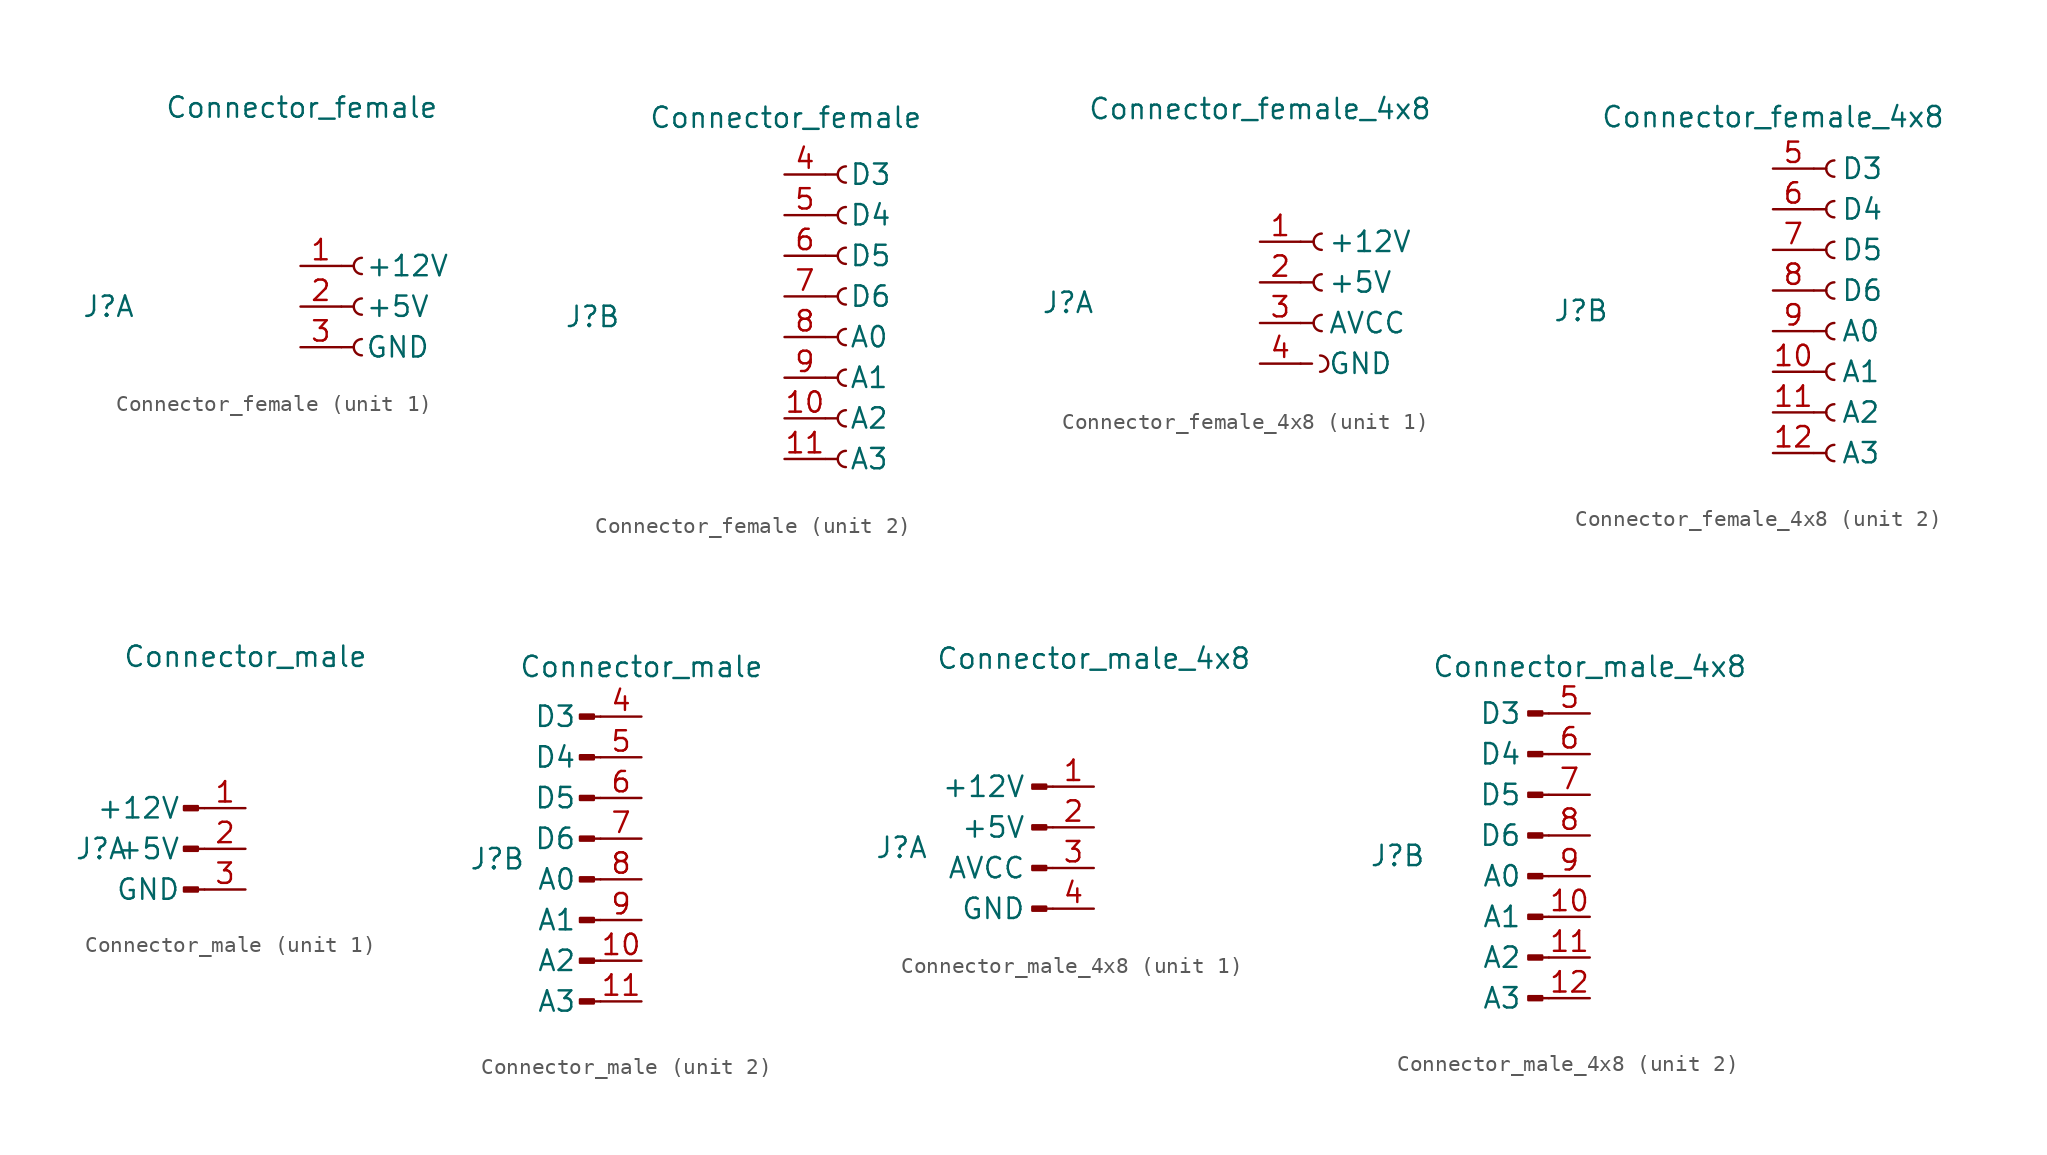
<source format=kicad_sym>
(kicad_symbol_lib
  (version 20211014)
  (generator kicad_symbol_editor)
  (symbol "Connector_female"
    (pin_names
      (offset 1.5))
    (property "Reference" "J"
      (at -12 0 0)
      (effects (font (size 1.27 1.27))))
    (property "Value" "Connector_female"
      (at 0.076 12.446 0)
      (effects (font (size 1.27 1.27))))
    (symbol "Connector_female_1_1"
      (polyline (pts (xy 2.565 -2.54) (xy 3.327 -2.54)) (stroke (width 0.152) (type default) (color 0 0 0 0)) (fill (type none)))
      (polyline (pts (xy 2.565 0) (xy 3.327 0)) (stroke (width 0.152) (type default) (color 0 0 0 0)) (fill (type none)))
      (polyline (pts (xy 2.565 2.54) (xy 3.327 2.54)) (stroke (width 0.152) (type default) (color 0 0 0 0)) (fill (type none)))
      (arc (start 3.8354 -2.032) (mid 3.327 -2.54) (end 3.8354 -3.048) (stroke (width 0.1524) (type default) (color 0 0 0 0)) (fill (type none)))
      (arc (start 3.8354 0.508) (mid 3.327 0) (end 3.8354 -0.508) (stroke (width 0.1524) (type default) (color 0 0 0 0)) (fill (type none)))
      (arc (start 3.8354 3.048) (mid 3.327 2.54) (end 3.8354 2.032) (stroke (width 0.1524) (type default) (color 0 0 0 0)) (fill (type none)))
      (pin power_out line (at 0 2.54 0) (length 2.54) (name "+12V" (effects (font (size 1.27 1.27)))) (number "1" (effects (font (size 1.27 1.27)))))
      (pin power_out line (at 0 0 0) (length 2.54) (name "+5V" (effects (font (size 1.27 1.27)))) (number "2" (effects (font (size 1.27 1.27)))))
      (pin power_out line (at 0 -2.54 0) (length 2.54) (name "GND" (effects (font (size 1.27 1.27)))) (number "3" (effects (font (size 1.27 1.27))))))
    (symbol "Connector_female_2_1"
      (polyline (pts (xy 2.565 -8.89) (xy 3.327 -8.89)) (stroke (width 0.152) (type default) (color 0 0 0 0)) (fill (type none)))
      (polyline (pts (xy 2.565 -6.35) (xy 3.327 -6.35)) (stroke (width 0.152) (type default) (color 0 0 0 0)) (fill (type none)))
      (polyline (pts (xy 2.565 -3.81) (xy 3.327 -3.81)) (stroke (width 0.152) (type default) (color 0 0 0 0)) (fill (type none)))
      (polyline (pts (xy 2.565 -1.27) (xy 3.327 -1.27)) (stroke (width 0.152) (type default) (color 0 0 0 0)) (fill (type none)))
      (polyline (pts (xy 2.565 1.27) (xy 3.327 1.27)) (stroke (width 0.152) (type default) (color 0 0 0 0)) (fill (type none)))
      (polyline (pts (xy 2.565 3.81) (xy 3.327 3.81)) (stroke (width 0.152) (type default) (color 0 0 0 0)) (fill (type none)))
      (polyline (pts (xy 2.565 6.35) (xy 3.327 6.35)) (stroke (width 0.152) (type default) (color 0 0 0 0)) (fill (type none)))
      (polyline (pts (xy 2.565 8.89) (xy 3.327 8.89)) (stroke (width 0.152) (type default) (color 0 0 0 0)) (fill (type none)))
      (arc (start 3.8354 -8.382) (mid 3.327 -8.89) (end 3.8354 -9.398) (stroke (width 0.1524) (type default) (color 0 0 0 0)) (fill (type none)))
      (arc (start 3.8354 -5.842) (mid 3.327 -6.35) (end 3.8354 -6.858) (stroke (width 0.1524) (type default) (color 0 0 0 0)) (fill (type none)))
      (arc (start 3.8354 -3.302) (mid 3.327 -3.81) (end 3.8354 -4.318) (stroke (width 0.1524) (type default) (color 0 0 0 0)) (fill (type none)))
      (arc (start 3.8354 -0.762) (mid 3.327 -1.27) (end 3.8354 -1.778) (stroke (width 0.1524) (type default) (color 0 0 0 0)) (fill (type none)))
      (arc (start 3.8354 1.778) (mid 3.3274 1.27) (end 3.8354 0.762) (stroke (width 0.1524) (type default) (color 0 0 0 0)) (fill (type none)))
      (arc (start 3.8354 4.318) (mid 3.327 3.81) (end 3.8354 3.302) (stroke (width 0.1524) (type default) (color 0 0 0 0)) (fill (type none)))
      (arc (start 3.8354 6.858) (mid 3.327 6.35) (end 3.8354 5.842) (stroke (width 0.1524) (type default) (color 0 0 0 0)) (fill (type none)))
      (arc (start 3.8354 9.398) (mid 3.327 8.89) (end 3.8354 8.382) (stroke (width 0.1524) (type default) (color 0 0 0 0)) (fill (type none)))
      (pin passive line (at 0 -6.35 0) (length 2.54) (name "A2" (effects (font (size 1.27 1.27)))) (number "10" (effects (font (size 1.27 1.27)))))
      (pin passive line (at 0 -8.89 0) (length 2.54) (name "A3" (effects (font (size 1.27 1.27)))) (number "11" (effects (font (size 1.27 1.27)))))
      (pin passive line (at 0 8.89 0) (length 2.54) (name "D3" (effects (font (size 1.27 1.27)))) (number "4" (effects (font (size 1.27 1.27)))))
      (pin passive line (at 0 6.35 0) (length 2.54) (name "D4" (effects (font (size 1.27 1.27)))) (number "5" (effects (font (size 1.27 1.27)))))
      (pin passive line (at 0 3.81 0) (length 2.54) (name "D5" (effects (font (size 1.27 1.27)))) (number "6" (effects (font (size 1.27 1.27)))))
      (pin passive line (at 0 1.27 0) (length 2.54) (name "D6" (effects (font (size 1.27 1.27)))) (number "7" (effects (font (size 1.27 1.27)))))
      (pin passive line (at 0 -1.27 0) (length 2.54) (name "A0" (effects (font (size 1.27 1.27)))) (number "8" (effects (font (size 1.27 1.27)))))
      (pin passive line (at 0 -3.81 0) (length 2.54) (name "A1" (effects (font (size 1.27 1.27)))) (number "9" (effects (font (size 1.27 1.27)))))))
  (symbol "Connector_female_4x8"
    (pin_names
      (offset 1.7))
    (property "Reference" "J"
      (at -12 0 0)
      (effects (font (size 1.27 1.27))))
    (property "Value" "Connector_female_4x8"
      (at 0 12.116 0)
      (effects (font (size 1.27 1.27))))
    (symbol "Connector_female_4x8_1_1"
      (polyline (pts (xy 2.54 -3.81) (xy 3.251 -3.81)) (stroke (width 0.152) (type default) (color 0 0 0 0)) (fill (type none)))
      (polyline (pts (xy 2.54 -1.27) (xy 3.353 -1.27)) (stroke (width 0.152) (type default) (color 0 0 0 0)) (fill (type none)))
      (polyline (pts (xy 2.54 1.27) (xy 3.353 1.27)) (stroke (width 0.152) (type default) (color 0 0 0 0)) (fill (type none)))
      (polyline (pts (xy 2.54 3.81) (xy 3.353 3.81)) (stroke (width 0.152) (type default) (color 0 0 0 0)) (fill (type none)))
      (arc (start 3.7584 -4.318) (mid 4.2672 -3.81) (end 3.7584 -3.302) (stroke (width 0.1524) (type default) (color 0 0 0 0)) (fill (type none)))
      (arc (start 3.8612 -0.762) (mid 3.3528 -1.27) (end 3.8612 -1.778) (stroke (width 0.1524) (type default) (color 0 0 0 0)) (fill (type none)))
      (arc (start 3.8612 1.778) (mid 3.3528 1.27) (end 3.8612 0.762) (stroke (width 0.1524) (type default) (color 0 0 0 0)) (fill (type none)))
      (arc (start 3.8612 4.318) (mid 3.3528 3.81) (end 3.8612 3.302) (stroke (width 0.1524) (type default) (color 0 0 0 0)) (fill (type none)))
      (pin power_out line (at 0 3.81 0) (length 2.54) (name "+12V" (effects (font (size 1.27 1.27)))) (number "1" (effects (font (size 1.27 1.27)))))
      (pin power_out line (at 0 1.27 0) (length 2.54) (name "+5V" (effects (font (size 1.27 1.27)))) (number "2" (effects (font (size 1.27 1.27)))))
      (pin power_out line (at 0 -1.27 0) (length 2.54) (name "AVCC" (effects (font (size 1.27 1.27)))) (number "3" (effects (font (size 1.27 1.27)))))
      (pin power_out line (at 0 -3.81 0) (length 2.54) (name "GND" (effects (font (size 1.27 1.27)))) (number "4" (effects (font (size 1.27 1.27))))))
    (symbol "Connector_female_4x8_2_1"
      (polyline (pts (xy 2.565 -8.89) (xy 3.327 -8.89)) (stroke (width 0.152) (type default) (color 0 0 0 0)) (fill (type none)))
      (polyline (pts (xy 2.565 -6.35) (xy 3.327 -6.35)) (stroke (width 0.152) (type default) (color 0 0 0 0)) (fill (type none)))
      (polyline (pts (xy 2.565 -3.81) (xy 3.327 -3.81)) (stroke (width 0.152) (type default) (color 0 0 0 0)) (fill (type none)))
      (polyline (pts (xy 2.565 -1.27) (xy 3.327 -1.27)) (stroke (width 0.152) (type default) (color 0 0 0 0)) (fill (type none)))
      (polyline (pts (xy 2.565 1.27) (xy 3.327 1.27)) (stroke (width 0.152) (type default) (color 0 0 0 0)) (fill (type none)))
      (polyline (pts (xy 2.565 3.81) (xy 3.327 3.81)) (stroke (width 0.152) (type default) (color 0 0 0 0)) (fill (type none)))
      (polyline (pts (xy 2.565 6.35) (xy 3.327 6.35)) (stroke (width 0.152) (type default) (color 0 0 0 0)) (fill (type none)))
      (polyline (pts (xy 2.565 8.89) (xy 3.327 8.89)) (stroke (width 0.152) (type default) (color 0 0 0 0)) (fill (type none)))
      (arc (start 3.8358 -8.382) (mid 3.3274 -8.89) (end 3.8358 -9.398) (stroke (width 0.1524) (type default) (color 0 0 0 0)) (fill (type none)))
      (arc (start 3.8358 -5.842) (mid 3.3274 -6.35) (end 3.8358 -6.858) (stroke (width 0.1524) (type default) (color 0 0 0 0)) (fill (type none)))
      (arc (start 3.8358 -3.302) (mid 3.3274 -3.81) (end 3.8358 -4.318) (stroke (width 0.1524) (type default) (color 0 0 0 0)) (fill (type none)))
      (arc (start 3.8358 -0.762) (mid 3.3274 -1.27) (end 3.8358 -1.778) (stroke (width 0.1524) (type default) (color 0 0 0 0)) (fill (type none)))
      (arc (start 3.8358 1.778) (mid 3.3274 1.27) (end 3.8358 0.762) (stroke (width 0.1524) (type default) (color 0 0 0 0)) (fill (type none)))
      (arc (start 3.8358 4.318) (mid 3.3274 3.81) (end 3.8358 3.302) (stroke (width 0.1524) (type default) (color 0 0 0 0)) (fill (type none)))
      (arc (start 3.8358 6.858) (mid 3.3274 6.35) (end 3.8358 5.842) (stroke (width 0.1524) (type default) (color 0 0 0 0)) (fill (type none)))
      (arc (start 3.8358 9.398) (mid 3.3274 8.89) (end 3.8358 8.382) (stroke (width 0.1524) (type default) (color 0 0 0 0)) (fill (type none)))
      (pin passive line (at 0 -3.81 0) (length 2.54) (name "A1" (effects (font (size 1.27 1.27)))) (number "10" (effects (font (size 1.27 1.27)))))
      (pin passive line (at 0 -6.35 0) (length 2.54) (name "A2" (effects (font (size 1.27 1.27)))) (number "11" (effects (font (size 1.27 1.27)))))
      (pin passive line (at 0 -8.89 0) (length 2.54) (name "A3" (effects (font (size 1.27 1.27)))) (number "12" (effects (font (size 1.27 1.27)))))
      (pin passive line (at 0 8.89 0) (length 2.54) (name "D3" (effects (font (size 1.27 1.27)))) (number "5" (effects (font (size 1.27 1.27)))))
      (pin passive line (at 0 6.35 0) (length 2.54) (name "D4" (effects (font (size 1.27 1.27)))) (number "6" (effects (font (size 1.27 1.27)))))
      (pin passive line (at 0 3.81 0) (length 2.54) (name "D5" (effects (font (size 1.27 1.27)))) (number "7" (effects (font (size 1.27 1.27)))))
      (pin passive line (at 0 1.27 0) (length 2.54) (name "D6" (effects (font (size 1.27 1.27)))) (number "8" (effects (font (size 1.27 1.27)))))
      (pin passive line (at 0 -1.27 0) (length 2.54) (name "A0" (effects (font (size 1.27 1.27)))) (number "9" (effects (font (size 1.27 1.27)))))))
  (symbol "Connector_male"
    (pin_names
      (offset 1.5))
    (property "Reference" "J"
      (at -9 0 0)
      (effects (font (size 1.27 1.27))))
    (property "Value" "Connector_male"
      (at 0 12 0)
      (effects (font (size 1.27 1.27))))
    (symbol "Connector_male_1_1"
      (rectangle (start -2.972 -2.413) (end -3.835 -2.667) (stroke (width 0.152) (type default) (color 0 0 0 0)) (fill (type outline)))
      (rectangle (start -2.972 0.127) (end -3.835 -0.127) (stroke (width 0.152) (type default) (color 0 0 0 0)) (fill (type outline)))
      (rectangle (start -2.972 2.667) (end -3.835 2.413) (stroke (width 0.152) (type default) (color 0 0 0 0)) (fill (type outline)))
      (polyline (pts (xy -2.565 -2.54) (xy -2.972 -2.54)) (stroke (width 0.152) (type default) (color 0 0 0 0)) (fill (type none)))
      (polyline (pts (xy -2.565 0) (xy -2.972 0)) (stroke (width 0.152) (type default) (color 0 0 0 0)) (fill (type none)))
      (polyline (pts (xy -2.565 2.54) (xy -2.972 2.54)) (stroke (width 0.152) (type default) (color 0 0 0 0)) (fill (type none)))
      (pin power_in line (at 0 2.54 180) (length 2.54) (name "+12V" (effects (font (size 1.27 1.27)))) (number "1" (effects (font (size 1.27 1.27)))))
      (pin power_in line (at 0 0 180) (length 2.54) (name "+5V" (effects (font (size 1.27 1.27)))) (number "2" (effects (font (size 1.27 1.27)))))
      (pin power_in line (at 0 -2.54 180) (length 2.54) (name "GND" (effects (font (size 1.27 1.27)))) (number "3" (effects (font (size 1.27 1.27))))))
    (symbol "Connector_male_2_1"
      (rectangle (start -2.972 -8.763) (end -3.835 -9.017) (stroke (width 0.152) (type default) (color 0 0 0 0)) (fill (type outline)))
      (rectangle (start -2.972 -6.223) (end -3.835 -6.477) (stroke (width 0.152) (type default) (color 0 0 0 0)) (fill (type outline)))
      (rectangle (start -2.972 -3.683) (end -3.835 -3.937) (stroke (width 0.152) (type default) (color 0 0 0 0)) (fill (type outline)))
      (rectangle (start -2.972 -1.143) (end -3.835 -1.397) (stroke (width 0.152) (type default) (color 0 0 0 0)) (fill (type outline)))
      (rectangle (start -2.972 1.397) (end -3.835 1.143) (stroke (width 0.152) (type default) (color 0 0 0 0)) (fill (type outline)))
      (rectangle (start -2.972 3.937) (end -3.835 3.683) (stroke (width 0.152) (type default) (color 0 0 0 0)) (fill (type outline)))
      (rectangle (start -2.972 6.477) (end -3.835 6.223) (stroke (width 0.152) (type default) (color 0 0 0 0)) (fill (type outline)))
      (rectangle (start -2.972 9.017) (end -3.835 8.763) (stroke (width 0.152) (type default) (color 0 0 0 0)) (fill (type outline)))
      (polyline (pts (xy -2.565 -8.89) (xy -2.972 -8.89)) (stroke (width 0.152) (type default) (color 0 0 0 0)) (fill (type none)))
      (polyline (pts (xy -2.565 -6.35) (xy -2.972 -6.35)) (stroke (width 0.152) (type default) (color 0 0 0 0)) (fill (type none)))
      (polyline (pts (xy -2.565 -3.81) (xy -2.972 -3.81)) (stroke (width 0.152) (type default) (color 0 0 0 0)) (fill (type none)))
      (polyline (pts (xy -2.565 -1.27) (xy -2.972 -1.27)) (stroke (width 0.152) (type default) (color 0 0 0 0)) (fill (type none)))
      (polyline (pts (xy -2.565 1.27) (xy -2.972 1.27)) (stroke (width 0.152) (type default) (color 0 0 0 0)) (fill (type none)))
      (polyline (pts (xy -2.565 3.81) (xy -2.972 3.81)) (stroke (width 0.152) (type default) (color 0 0 0 0)) (fill (type none)))
      (polyline (pts (xy -2.565 6.35) (xy -2.972 6.35)) (stroke (width 0.152) (type default) (color 0 0 0 0)) (fill (type none)))
      (polyline (pts (xy -2.565 8.89) (xy -2.972 8.89)) (stroke (width 0.152) (type default) (color 0 0 0 0)) (fill (type none)))
      (pin passive line (at 0 -6.35 180) (length 2.54) (name "A2" (effects (font (size 1.27 1.27)))) (number "10" (effects (font (size 1.27 1.27)))))
      (pin passive line (at 0 -8.89 180) (length 2.54) (name "A3" (effects (font (size 1.27 1.27)))) (number "11" (effects (font (size 1.27 1.27)))))
      (pin passive line (at 0 8.89 180) (length 2.54) (name "D3" (effects (font (size 1.27 1.27)))) (number "4" (effects (font (size 1.27 1.27)))))
      (pin passive line (at 0 6.35 180) (length 2.54) (name "D4" (effects (font (size 1.27 1.27)))) (number "5" (effects (font (size 1.27 1.27)))))
      (pin passive line (at 0 3.81 180) (length 2.54) (name "D5" (effects (font (size 1.27 1.27)))) (number "6" (effects (font (size 1.27 1.27)))))
      (pin passive line (at 0 1.27 180) (length 2.54) (name "D6" (effects (font (size 1.27 1.27)))) (number "7" (effects (font (size 1.27 1.27)))))
      (pin passive line (at 0 -1.27 180) (length 2.54) (name "A0" (effects (font (size 1.27 1.27)))) (number "8" (effects (font (size 1.27 1.27)))))
      (pin passive line (at 0 -3.81 180) (length 2.54) (name "A1" (effects (font (size 1.27 1.27)))) (number "9" (effects (font (size 1.27 1.27)))))))
  (symbol "Connector_male_4x8"
    (pin_names
      (offset 1.7))
    (property "Reference" "J"
      (at -12 0 0)
      (effects (font (size 1.27 1.27))))
    (property "Value" "Connector_male_4x8"
      (at 0 11.811 0)
      (effects (font (size 1.27 1.27))))
    (symbol "Connector_male_4x8_1_1"
      (rectangle (start -2.972 -3.683) (end -3.835 -3.937) (stroke (width 0.152) (type default) (color 0 0 0 0)) (fill (type outline)))
      (rectangle (start -2.972 -1.143) (end -3.835 -1.397) (stroke (width 0.152) (type default) (color 0 0 0 0)) (fill (type outline)))
      (rectangle (start -2.972 1.397) (end -3.835 1.143) (stroke (width 0.152) (type default) (color 0 0 0 0)) (fill (type outline)))
      (rectangle (start -2.972 3.937) (end -3.835 3.683) (stroke (width 0.152) (type default) (color 0 0 0 0)) (fill (type outline)))
      (polyline (pts (xy -2.565 -3.81) (xy -2.972 -3.81)) (stroke (width 0.152) (type default) (color 0 0 0 0)) (fill (type none)))
      (polyline (pts (xy -2.565 -1.27) (xy -2.972 -1.27)) (stroke (width 0.152) (type default) (color 0 0 0 0)) (fill (type none)))
      (polyline (pts (xy -2.565 1.27) (xy -2.972 1.27)) (stroke (width 0.152) (type default) (color 0 0 0 0)) (fill (type none)))
      (polyline (pts (xy -2.565 3.81) (xy -2.972 3.81)) (stroke (width 0.152) (type default) (color 0 0 0 0)) (fill (type none)))
      (pin power_in line (at 0 3.81 180) (length 2.54) (name "+12V" (effects (font (size 1.27 1.27)))) (number "1" (effects (font (size 1.27 1.27)))))
      (pin power_in line (at 0 1.27 180) (length 2.54) (name "+5V" (effects (font (size 1.27 1.27)))) (number "2" (effects (font (size 1.27 1.27)))))
      (pin power_in line (at 0 -1.27 180) (length 2.54) (name "AVCC" (effects (font (size 1.27 1.27)))) (number "3" (effects (font (size 1.27 1.27)))))
      (pin power_in line (at 0 -3.81 180) (length 2.54) (name "GND" (effects (font (size 1.27 1.27)))) (number "4" (effects (font (size 1.27 1.27))))))
    (symbol "Connector_male_4x8_2_1"
      (rectangle (start -2.972 -8.763) (end -3.835 -9.017) (stroke (width 0.152) (type default) (color 0 0 0 0)) (fill (type outline)))
      (rectangle (start -2.972 -6.223) (end -3.835 -6.477) (stroke (width 0.152) (type default) (color 0 0 0 0)) (fill (type outline)))
      (rectangle (start -2.972 -3.683) (end -3.835 -3.937) (stroke (width 0.152) (type default) (color 0 0 0 0)) (fill (type outline)))
      (rectangle (start -2.972 -1.143) (end -3.835 -1.397) (stroke (width 0.152) (type default) (color 0 0 0 0)) (fill (type outline)))
      (rectangle (start -2.972 1.397) (end -3.835 1.143) (stroke (width 0.152) (type default) (color 0 0 0 0)) (fill (type outline)))
      (rectangle (start -2.972 3.937) (end -3.835 3.683) (stroke (width 0.152) (type default) (color 0 0 0 0)) (fill (type outline)))
      (rectangle (start -2.972 6.477) (end -3.835 6.223) (stroke (width 0.152) (type default) (color 0 0 0 0)) (fill (type outline)))
      (rectangle (start -2.972 9.017) (end -3.835 8.763) (stroke (width 0.152) (type default) (color 0 0 0 0)) (fill (type outline)))
      (polyline (pts (xy -2.565 -8.89) (xy -2.972 -8.89)) (stroke (width 0.152) (type default) (color 0 0 0 0)) (fill (type none)))
      (polyline (pts (xy -2.565 -6.35) (xy -2.972 -6.35)) (stroke (width 0.152) (type default) (color 0 0 0 0)) (fill (type none)))
      (polyline (pts (xy -2.565 -3.81) (xy -2.972 -3.81)) (stroke (width 0.152) (type default) (color 0 0 0 0)) (fill (type none)))
      (polyline (pts (xy -2.565 -1.27) (xy -2.972 -1.27)) (stroke (width 0.152) (type default) (color 0 0 0 0)) (fill (type none)))
      (polyline (pts (xy -2.565 1.27) (xy -2.972 1.27)) (stroke (width 0.152) (type default) (color 0 0 0 0)) (fill (type none)))
      (polyline (pts (xy -2.565 3.81) (xy -2.972 3.81)) (stroke (width 0.152) (type default) (color 0 0 0 0)) (fill (type none)))
      (polyline (pts (xy -2.565 6.35) (xy -2.972 6.35)) (stroke (width 0.152) (type default) (color 0 0 0 0)) (fill (type none)))
      (polyline (pts (xy -2.565 8.89) (xy -2.972 8.89)) (stroke (width 0.152) (type default) (color 0 0 0 0)) (fill (type none)))
      (pin passive line (at 0 -3.81 180) (length 2.54) (name "A1" (effects (font (size 1.27 1.27)))) (number "10" (effects (font (size 1.27 1.27)))))
      (pin passive line (at 0 -6.35 180) (length 2.54) (name "A2" (effects (font (size 1.27 1.27)))) (number "11" (effects (font (size 1.27 1.27)))))
      (pin passive line (at 0 -8.89 180) (length 2.54) (name "A3" (effects (font (size 1.27 1.27)))) (number "12" (effects (font (size 1.27 1.27)))))
      (pin passive line (at 0 8.89 180) (length 2.54) (name "D3" (effects (font (size 1.27 1.27)))) (number "5" (effects (font (size 1.27 1.27)))))
      (pin passive line (at 0 6.35 180) (length 2.54) (name "D4" (effects (font (size 1.27 1.27)))) (number "6" (effects (font (size 1.27 1.27)))))
      (pin passive line (at 0 3.81 180) (length 2.54) (name "D5" (effects (font (size 1.27 1.27)))) (number "7" (effects (font (size 1.27 1.27)))))
      (pin passive line (at 0 1.27 180) (length 2.54) (name "D6" (effects (font (size 1.27 1.27)))) (number "8" (effects (font (size 1.27 1.27)))))
      (pin passive line (at 0 -1.27 180) (length 2.54) (name "A0" (effects (font (size 1.27 1.27)))) (number "9" (effects (font (size 1.27 1.27))))))))
</source>
